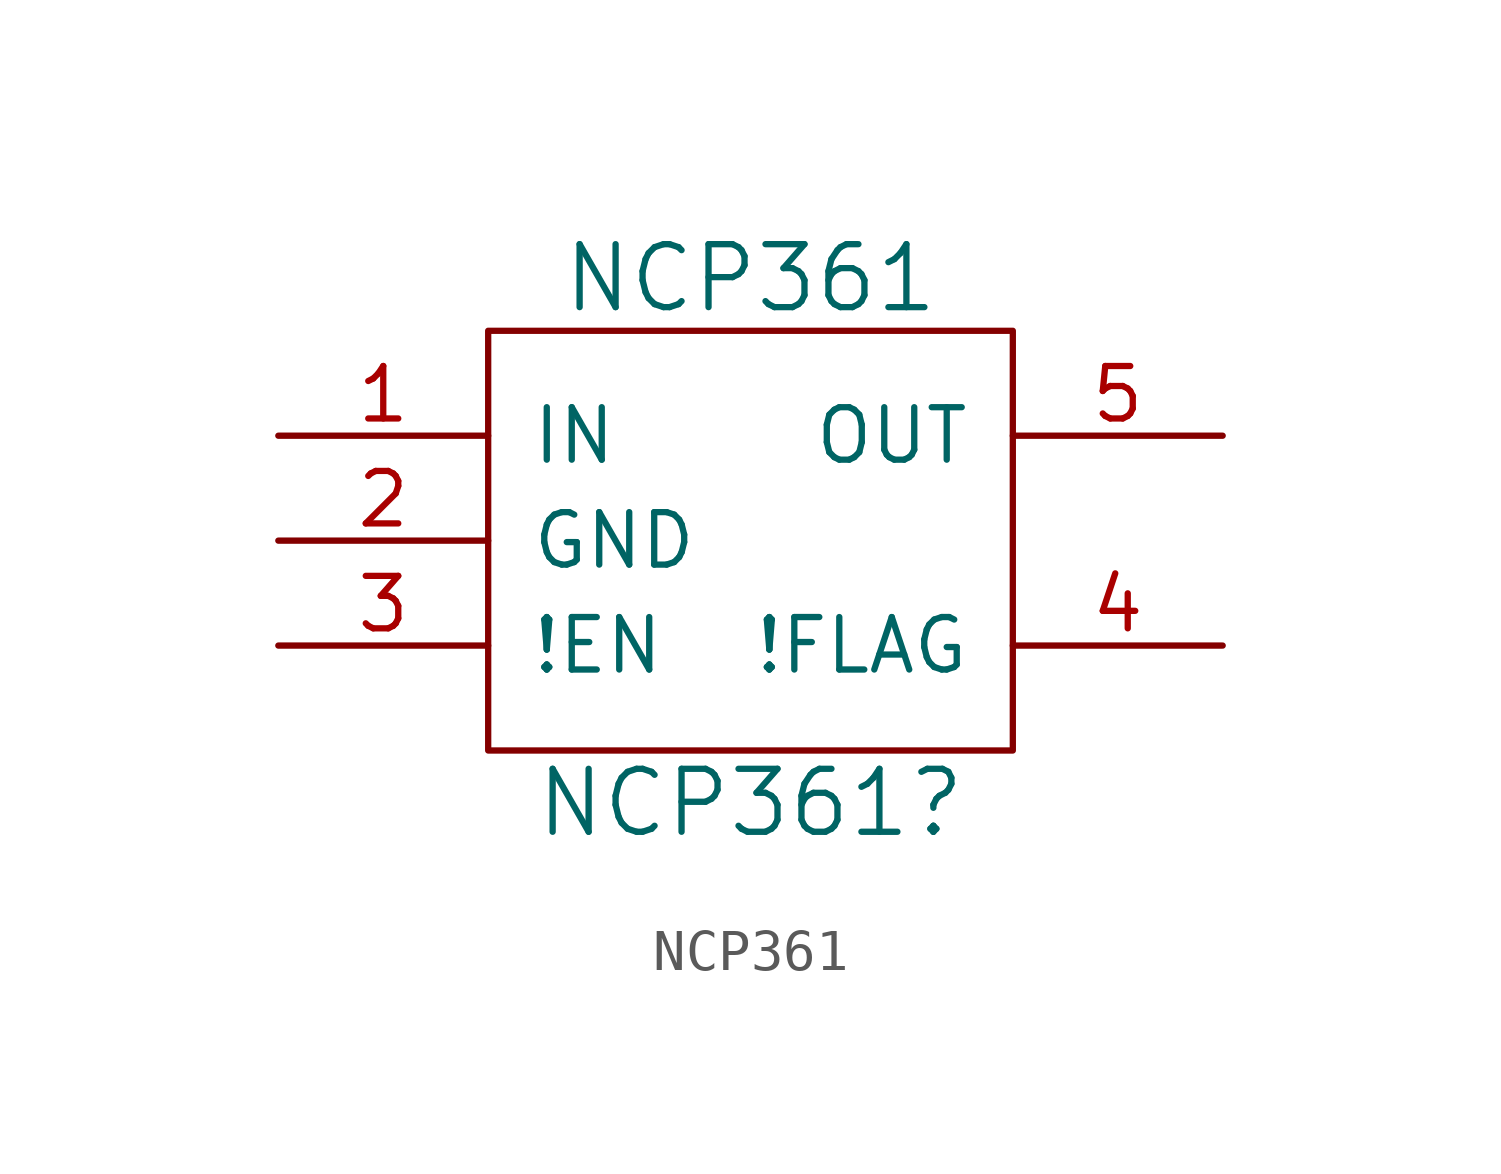
<source format=kicad_sym>
(kicad_symbol_lib
  (version 20231120)
  (generator "kicad_symbol_editor")
  (generator_version "8.0")
  (symbol "NCP361"
    (pin_names
      (offset 1.016))
    (property "Reference" "NCP361"
      (at 0 -6.35 0)
      (effects (font (size 1.524 1.524))))
    (property "Value" "NCP361"
      (at 0 6.35 0)
      (effects (font (size 1.524 1.524))))
    (property "Footprint" ""
      (at -10.16 0 0)
      (effects (font (size 1.524 1.524))))
    (property "Datasheet" ""
      (at -10.16 0 0)
      (effects (font (size 1.524 1.524))))
    (symbol "NCP361_0_1"
      (rectangle (start -6.35 -5.08) (end 6.35 5.08) (stroke (width 0) (type solid)) (fill (type none))))
    (symbol "NCP361_1_1"
      (pin input line (at -11.43 2.54 0) (length 5.08) (name "IN" (effects (font (size 1.27 1.27)))) (number "1" (effects (font (size 1.27 1.27)))))
      (pin input line (at -11.43 0 0) (length 5.08) (name "GND" (effects (font (size 1.27 1.27)))) (number "2" (effects (font (size 1.27 1.27)))))
      (pin input line (at -11.43 -2.54 0) (length 5.08) (name "!EN" (effects (font (size 1.27 1.27)))) (number "3" (effects (font (size 1.27 1.27)))))
      (pin input line (at 11.43 -2.54 180) (length 5.08) (name "!FLAG" (effects (font (size 1.27 1.27)))) (number "4" (effects (font (size 1.27 1.27)))))
      (pin power_out line (at 11.43 2.54 180) (length 5.08) (name "OUT" (effects (font (size 1.27 1.27)))) (number "5" (effects (font (size 1.27 1.27))))))))
</source>
